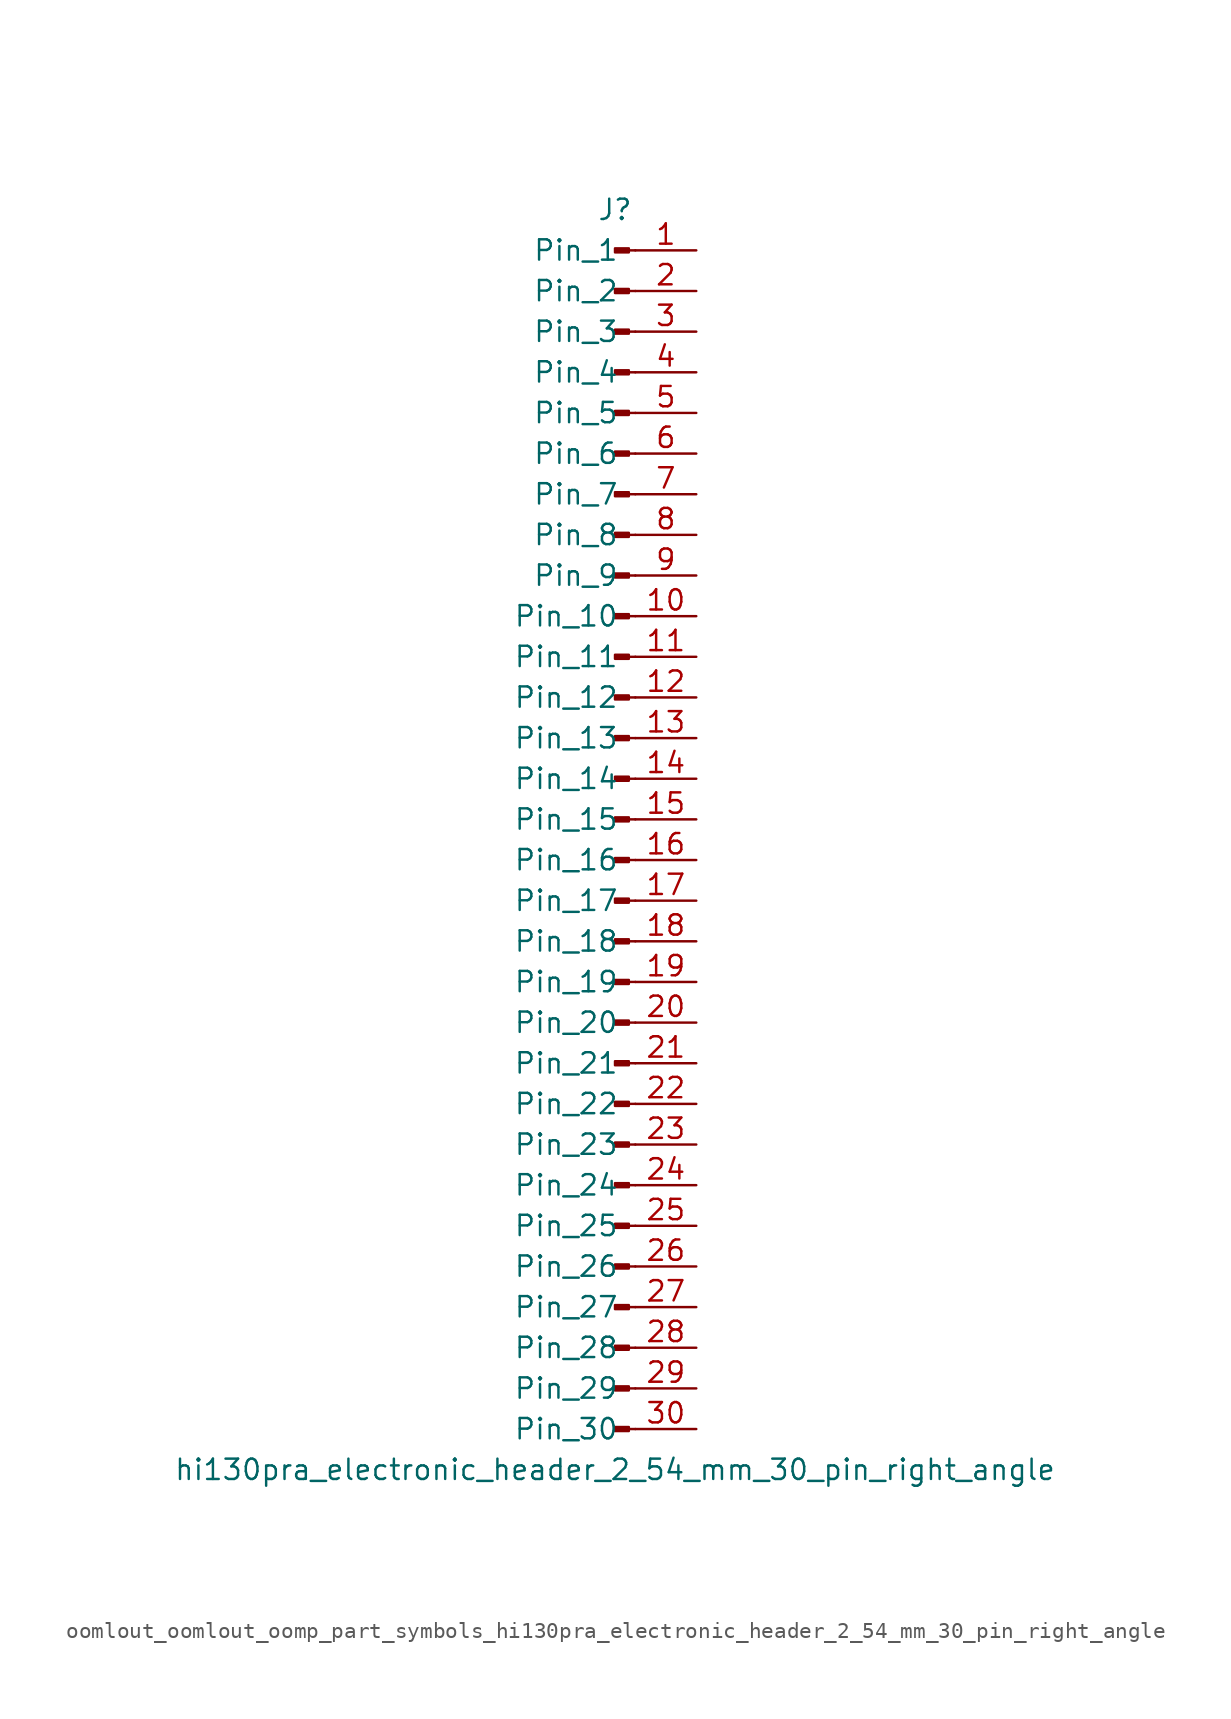
<source format=kicad_sym>
(kicad_symbol_lib
  (version 20220914)
  (generator kicad_symbol_editor)
  (symbol "oomlout_oomlout_oomp_part_symbols_hi130pra_electronic_header_2_54_mm_30_pin_right_angle"
    (pin_names
      (offset 1.016))
    (property "Reference" "J"
      (at 0 38.1 0)
      (effects (font (size 1.27 1.27))))
    (property "Value" "hi130pra_electronic_header_2_54_mm_30_pin_right_angle"
      (at 0 -40.64 0)
      (effects (font (size 1.27 1.27))))
    (property "ki_locked" ""
      (at 0 0 0)
      (effects (font (size 1.27 1.27))))
    (symbol "oomlout_oomlout_oomp_part_symbols_hi130pra_electronic_header_2_54_mm_30_pin_right_angle_1_1"
      (polyline (pts (xy 1.27 -38.1) (xy 0.864 -38.1)) (stroke (width 0.152) (type default)) (fill (type none)))
      (polyline (pts (xy 1.27 -35.56) (xy 0.864 -35.56)) (stroke (width 0.152) (type default)) (fill (type none)))
      (polyline (pts (xy 1.27 -33.02) (xy 0.864 -33.02)) (stroke (width 0.152) (type default)) (fill (type none)))
      (polyline (pts (xy 1.27 -30.48) (xy 0.864 -30.48)) (stroke (width 0.152) (type default)) (fill (type none)))
      (polyline (pts (xy 1.27 -27.94) (xy 0.864 -27.94)) (stroke (width 0.152) (type default)) (fill (type none)))
      (polyline (pts (xy 1.27 -25.4) (xy 0.864 -25.4)) (stroke (width 0.152) (type default)) (fill (type none)))
      (polyline (pts (xy 1.27 -22.86) (xy 0.864 -22.86)) (stroke (width 0.152) (type default)) (fill (type none)))
      (polyline (pts (xy 1.27 -20.32) (xy 0.864 -20.32)) (stroke (width 0.152) (type default)) (fill (type none)))
      (polyline (pts (xy 1.27 -17.78) (xy 0.864 -17.78)) (stroke (width 0.152) (type default)) (fill (type none)))
      (polyline (pts (xy 1.27 -15.24) (xy 0.864 -15.24)) (stroke (width 0.152) (type default)) (fill (type none)))
      (polyline (pts (xy 1.27 -12.7) (xy 0.864 -12.7)) (stroke (width 0.152) (type default)) (fill (type none)))
      (polyline (pts (xy 1.27 -10.16) (xy 0.864 -10.16)) (stroke (width 0.152) (type default)) (fill (type none)))
      (polyline (pts (xy 1.27 -7.62) (xy 0.864 -7.62)) (stroke (width 0.152) (type default)) (fill (type none)))
      (polyline (pts (xy 1.27 -5.08) (xy 0.864 -5.08)) (stroke (width 0.152) (type default)) (fill (type none)))
      (polyline (pts (xy 1.27 -2.54) (xy 0.864 -2.54)) (stroke (width 0.152) (type default)) (fill (type none)))
      (polyline (pts (xy 1.27 0) (xy 0.864 0)) (stroke (width 0.152) (type default)) (fill (type none)))
      (polyline (pts (xy 1.27 2.54) (xy 0.864 2.54)) (stroke (width 0.152) (type default)) (fill (type none)))
      (polyline (pts (xy 1.27 5.08) (xy 0.864 5.08)) (stroke (width 0.152) (type default)) (fill (type none)))
      (polyline (pts (xy 1.27 7.62) (xy 0.864 7.62)) (stroke (width 0.152) (type default)) (fill (type none)))
      (polyline (pts (xy 1.27 10.16) (xy 0.864 10.16)) (stroke (width 0.152) (type default)) (fill (type none)))
      (polyline (pts (xy 1.27 12.7) (xy 0.864 12.7)) (stroke (width 0.152) (type default)) (fill (type none)))
      (polyline (pts (xy 1.27 15.24) (xy 0.864 15.24)) (stroke (width 0.152) (type default)) (fill (type none)))
      (polyline (pts (xy 1.27 17.78) (xy 0.864 17.78)) (stroke (width 0.152) (type default)) (fill (type none)))
      (polyline (pts (xy 1.27 20.32) (xy 0.864 20.32)) (stroke (width 0.152) (type default)) (fill (type none)))
      (polyline (pts (xy 1.27 22.86) (xy 0.864 22.86)) (stroke (width 0.152) (type default)) (fill (type none)))
      (polyline (pts (xy 1.27 25.4) (xy 0.864 25.4)) (stroke (width 0.152) (type default)) (fill (type none)))
      (polyline (pts (xy 1.27 27.94) (xy 0.864 27.94)) (stroke (width 0.152) (type default)) (fill (type none)))
      (polyline (pts (xy 1.27 30.48) (xy 0.864 30.48)) (stroke (width 0.152) (type default)) (fill (type none)))
      (polyline (pts (xy 1.27 33.02) (xy 0.864 33.02)) (stroke (width 0.152) (type default)) (fill (type none)))
      (polyline (pts (xy 1.27 35.56) (xy 0.864 35.56)) (stroke (width 0.152) (type default)) (fill (type none)))
      (rectangle (start 0.864 -37.973) (end 0 -38.227) (stroke (width 0.152) (type default)) (fill (type outline)))
      (rectangle (start 0.864 -35.433) (end 0 -35.687) (stroke (width 0.152) (type default)) (fill (type outline)))
      (rectangle (start 0.864 -32.893) (end 0 -33.147) (stroke (width 0.152) (type default)) (fill (type outline)))
      (rectangle (start 0.864 -30.353) (end 0 -30.607) (stroke (width 0.152) (type default)) (fill (type outline)))
      (rectangle (start 0.864 -27.813) (end 0 -28.067) (stroke (width 0.152) (type default)) (fill (type outline)))
      (rectangle (start 0.864 -25.273) (end 0 -25.527) (stroke (width 0.152) (type default)) (fill (type outline)))
      (rectangle (start 0.864 -22.733) (end 0 -22.987) (stroke (width 0.152) (type default)) (fill (type outline)))
      (rectangle (start 0.864 -20.193) (end 0 -20.447) (stroke (width 0.152) (type default)) (fill (type outline)))
      (rectangle (start 0.864 -17.653) (end 0 -17.907) (stroke (width 0.152) (type default)) (fill (type outline)))
      (rectangle (start 0.864 -15.113) (end 0 -15.367) (stroke (width 0.152) (type default)) (fill (type outline)))
      (rectangle (start 0.864 -12.573) (end 0 -12.827) (stroke (width 0.152) (type default)) (fill (type outline)))
      (rectangle (start 0.864 -10.033) (end 0 -10.287) (stroke (width 0.152) (type default)) (fill (type outline)))
      (rectangle (start 0.864 -7.493) (end 0 -7.747) (stroke (width 0.152) (type default)) (fill (type outline)))
      (rectangle (start 0.864 -4.953) (end 0 -5.207) (stroke (width 0.152) (type default)) (fill (type outline)))
      (rectangle (start 0.864 -2.413) (end 0 -2.667) (stroke (width 0.152) (type default)) (fill (type outline)))
      (rectangle (start 0.864 0.127) (end 0 -0.127) (stroke (width 0.152) (type default)) (fill (type outline)))
      (rectangle (start 0.864 2.667) (end 0 2.413) (stroke (width 0.152) (type default)) (fill (type outline)))
      (rectangle (start 0.864 5.207) (end 0 4.953) (stroke (width 0.152) (type default)) (fill (type outline)))
      (rectangle (start 0.864 7.747) (end 0 7.493) (stroke (width 0.152) (type default)) (fill (type outline)))
      (rectangle (start 0.864 10.287) (end 0 10.033) (stroke (width 0.152) (type default)) (fill (type outline)))
      (rectangle (start 0.864 12.827) (end 0 12.573) (stroke (width 0.152) (type default)) (fill (type outline)))
      (rectangle (start 0.864 15.367) (end 0 15.113) (stroke (width 0.152) (type default)) (fill (type outline)))
      (rectangle (start 0.864 17.907) (end 0 17.653) (stroke (width 0.152) (type default)) (fill (type outline)))
      (rectangle (start 0.864 20.447) (end 0 20.193) (stroke (width 0.152) (type default)) (fill (type outline)))
      (rectangle (start 0.864 22.987) (end 0 22.733) (stroke (width 0.152) (type default)) (fill (type outline)))
      (rectangle (start 0.864 25.527) (end 0 25.273) (stroke (width 0.152) (type default)) (fill (type outline)))
      (rectangle (start 0.864 28.067) (end 0 27.813) (stroke (width 0.152) (type default)) (fill (type outline)))
      (rectangle (start 0.864 30.607) (end 0 30.353) (stroke (width 0.152) (type default)) (fill (type outline)))
      (rectangle (start 0.864 33.147) (end 0 32.893) (stroke (width 0.152) (type default)) (fill (type outline)))
      (rectangle (start 0.864 35.687) (end 0 35.433) (stroke (width 0.152) (type default)) (fill (type outline)))
      (pin passive line (at 5.08 35.56 180) (length 3.81) (name "Pin_1" (effects (font (size 1.27 1.27)))) (number "1" (effects (font (size 1.27 1.27)))))
      (pin passive line (at 5.08 12.7 180) (length 3.81) (name "Pin_10" (effects (font (size 1.27 1.27)))) (number "10" (effects (font (size 1.27 1.27)))))
      (pin passive line (at 5.08 10.16 180) (length 3.81) (name "Pin_11" (effects (font (size 1.27 1.27)))) (number "11" (effects (font (size 1.27 1.27)))))
      (pin passive line (at 5.08 7.62 180) (length 3.81) (name "Pin_12" (effects (font (size 1.27 1.27)))) (number "12" (effects (font (size 1.27 1.27)))))
      (pin passive line (at 5.08 5.08 180) (length 3.81) (name "Pin_13" (effects (font (size 1.27 1.27)))) (number "13" (effects (font (size 1.27 1.27)))))
      (pin passive line (at 5.08 2.54 180) (length 3.81) (name "Pin_14" (effects (font (size 1.27 1.27)))) (number "14" (effects (font (size 1.27 1.27)))))
      (pin passive line (at 5.08 0 180) (length 3.81) (name "Pin_15" (effects (font (size 1.27 1.27)))) (number "15" (effects (font (size 1.27 1.27)))))
      (pin passive line (at 5.08 -2.54 180) (length 3.81) (name "Pin_16" (effects (font (size 1.27 1.27)))) (number "16" (effects (font (size 1.27 1.27)))))
      (pin passive line (at 5.08 -5.08 180) (length 3.81) (name "Pin_17" (effects (font (size 1.27 1.27)))) (number "17" (effects (font (size 1.27 1.27)))))
      (pin passive line (at 5.08 -7.62 180) (length 3.81) (name "Pin_18" (effects (font (size 1.27 1.27)))) (number "18" (effects (font (size 1.27 1.27)))))
      (pin passive line (at 5.08 -10.16 180) (length 3.81) (name "Pin_19" (effects (font (size 1.27 1.27)))) (number "19" (effects (font (size 1.27 1.27)))))
      (pin passive line (at 5.08 33.02 180) (length 3.81) (name "Pin_2" (effects (font (size 1.27 1.27)))) (number "2" (effects (font (size 1.27 1.27)))))
      (pin passive line (at 5.08 -12.7 180) (length 3.81) (name "Pin_20" (effects (font (size 1.27 1.27)))) (number "20" (effects (font (size 1.27 1.27)))))
      (pin passive line (at 5.08 -15.24 180) (length 3.81) (name "Pin_21" (effects (font (size 1.27 1.27)))) (number "21" (effects (font (size 1.27 1.27)))))
      (pin passive line (at 5.08 -17.78 180) (length 3.81) (name "Pin_22" (effects (font (size 1.27 1.27)))) (number "22" (effects (font (size 1.27 1.27)))))
      (pin passive line (at 5.08 -20.32 180) (length 3.81) (name "Pin_23" (effects (font (size 1.27 1.27)))) (number "23" (effects (font (size 1.27 1.27)))))
      (pin passive line (at 5.08 -22.86 180) (length 3.81) (name "Pin_24" (effects (font (size 1.27 1.27)))) (number "24" (effects (font (size 1.27 1.27)))))
      (pin passive line (at 5.08 -25.4 180) (length 3.81) (name "Pin_25" (effects (font (size 1.27 1.27)))) (number "25" (effects (font (size 1.27 1.27)))))
      (pin passive line (at 5.08 -27.94 180) (length 3.81) (name "Pin_26" (effects (font (size 1.27 1.27)))) (number "26" (effects (font (size 1.27 1.27)))))
      (pin passive line (at 5.08 -30.48 180) (length 3.81) (name "Pin_27" (effects (font (size 1.27 1.27)))) (number "27" (effects (font (size 1.27 1.27)))))
      (pin passive line (at 5.08 -33.02 180) (length 3.81) (name "Pin_28" (effects (font (size 1.27 1.27)))) (number "28" (effects (font (size 1.27 1.27)))))
      (pin passive line (at 5.08 -35.56 180) (length 3.81) (name "Pin_29" (effects (font (size 1.27 1.27)))) (number "29" (effects (font (size 1.27 1.27)))))
      (pin passive line (at 5.08 30.48 180) (length 3.81) (name "Pin_3" (effects (font (size 1.27 1.27)))) (number "3" (effects (font (size 1.27 1.27)))))
      (pin passive line (at 5.08 -38.1 180) (length 3.81) (name "Pin_30" (effects (font (size 1.27 1.27)))) (number "30" (effects (font (size 1.27 1.27)))))
      (pin passive line (at 5.08 27.94 180) (length 3.81) (name "Pin_4" (effects (font (size 1.27 1.27)))) (number "4" (effects (font (size 1.27 1.27)))))
      (pin passive line (at 5.08 25.4 180) (length 3.81) (name "Pin_5" (effects (font (size 1.27 1.27)))) (number "5" (effects (font (size 1.27 1.27)))))
      (pin passive line (at 5.08 22.86 180) (length 3.81) (name "Pin_6" (effects (font (size 1.27 1.27)))) (number "6" (effects (font (size 1.27 1.27)))))
      (pin passive line (at 5.08 20.32 180) (length 3.81) (name "Pin_7" (effects (font (size 1.27 1.27)))) (number "7" (effects (font (size 1.27 1.27)))))
      (pin passive line (at 5.08 17.78 180) (length 3.81) (name "Pin_8" (effects (font (size 1.27 1.27)))) (number "8" (effects (font (size 1.27 1.27)))))
      (pin passive line (at 5.08 15.24 180) (length 3.81) (name "Pin_9" (effects (font (size 1.27 1.27)))) (number "9" (effects (font (size 1.27 1.27))))))))
</source>
